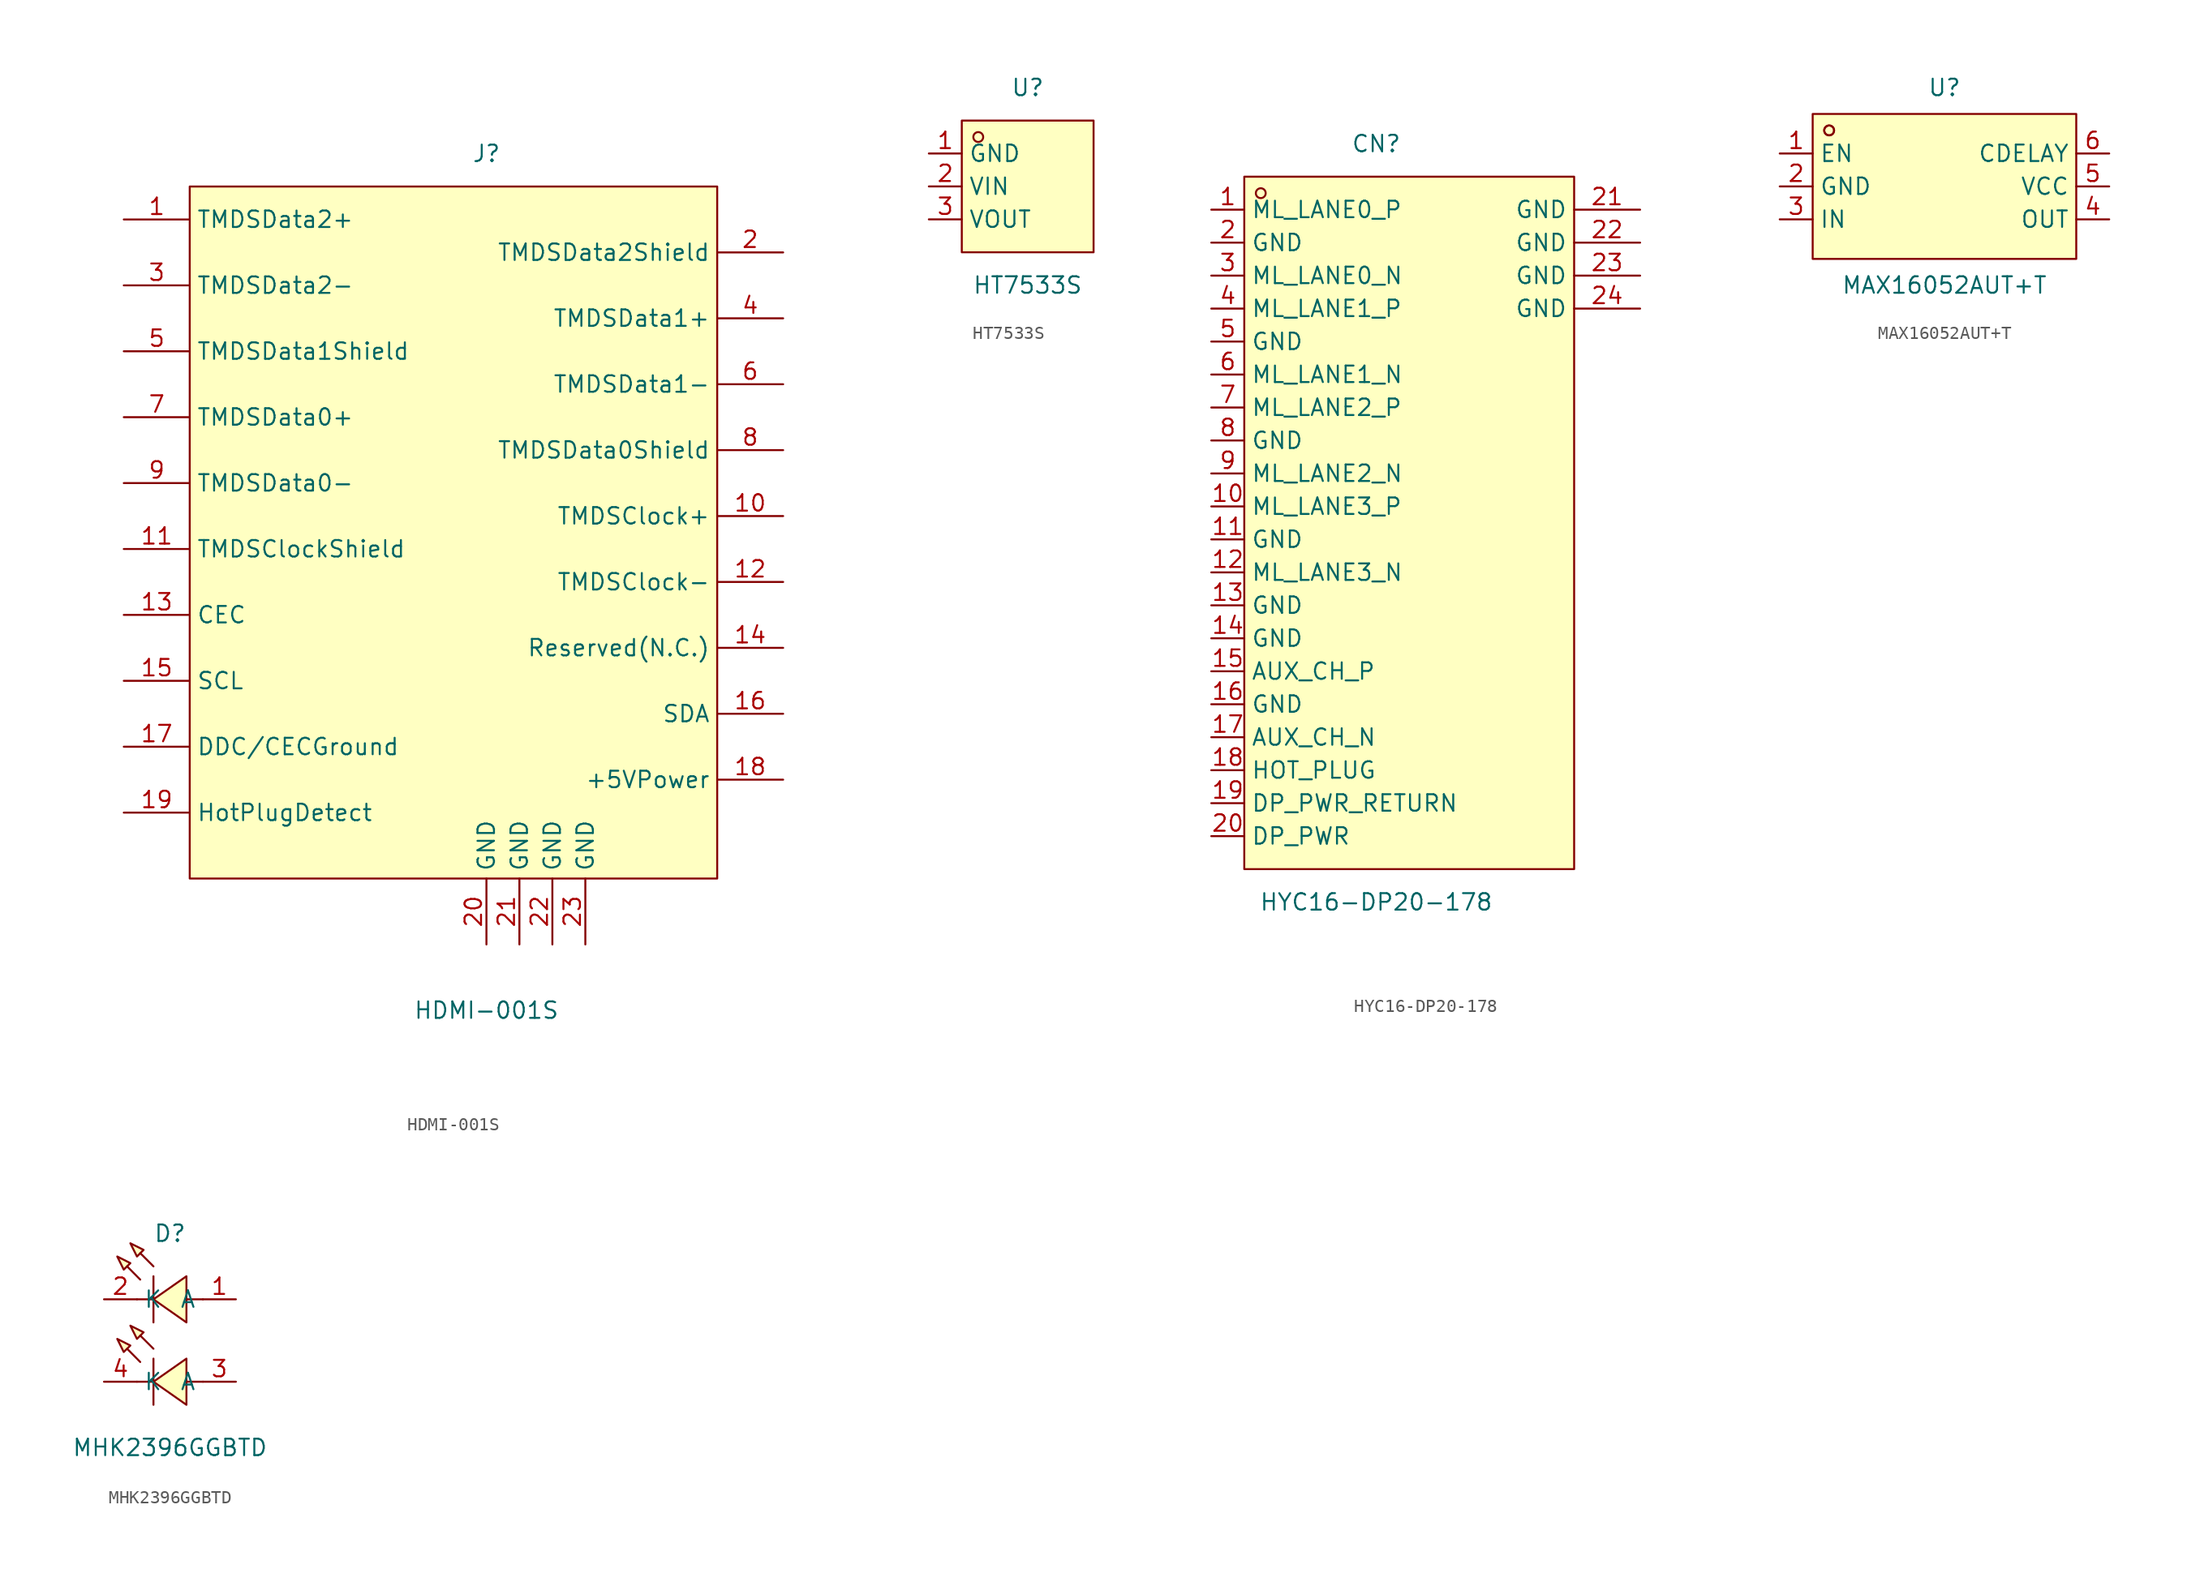
<source format=kicad_sym>
(kicad_symbol_lib
  (version 20241209)
  (generator "kicad_symbol_editor")
  (generator_version "9.0")
  (symbol "HDMI-001S"
    (property "Reference" "J"
      (at 0 26.67 0)
      (effects (font (size 1.27 1.27))))
    (property "Value" "HDMI-001S"
      (at 0 -39.37 0)
      (effects (font (size 1.27 1.27))))
    (symbol "HDMI-001S_0_1"
      (rectangle (start -22.86 24.13) (end 17.78 -29.21) (stroke (width 0) (type default)) (fill (type background)))
      (pin unspecified line (at -27.94 21.59 0) (length 5.08) (name "TMDSData2+" (effects (font (size 1.27 1.27)))) (number "1" (effects (font (size 1.27 1.27)))))
      (pin unspecified line (at -27.94 16.51 0) (length 5.08) (name "TMDSData2-" (effects (font (size 1.27 1.27)))) (number "3" (effects (font (size 1.27 1.27)))))
      (pin unspecified line (at -27.94 11.43 0) (length 5.08) (name "TMDSData1Shield" (effects (font (size 1.27 1.27)))) (number "5" (effects (font (size 1.27 1.27)))))
      (pin unspecified line (at -27.94 6.35 0) (length 5.08) (name "TMDSData0+" (effects (font (size 1.27 1.27)))) (number "7" (effects (font (size 1.27 1.27)))))
      (pin unspecified line (at -27.94 1.27 0) (length 5.08) (name "TMDSData0-" (effects (font (size 1.27 1.27)))) (number "9" (effects (font (size 1.27 1.27)))))
      (pin unspecified line (at -27.94 -3.81 0) (length 5.08) (name "TMDSClockShield" (effects (font (size 1.27 1.27)))) (number "11" (effects (font (size 1.27 1.27)))))
      (pin unspecified line (at -27.94 -8.89 0) (length 5.08) (name "CEC" (effects (font (size 1.27 1.27)))) (number "13" (effects (font (size 1.27 1.27)))))
      (pin unspecified line (at -27.94 -13.97 0) (length 5.08) (name "SCL" (effects (font (size 1.27 1.27)))) (number "15" (effects (font (size 1.27 1.27)))))
      (pin unspecified line (at -27.94 -19.05 0) (length 5.08) (name "DDC/CECGround" (effects (font (size 1.27 1.27)))) (number "17" (effects (font (size 1.27 1.27)))))
      (pin unspecified line (at -27.94 -24.13 0) (length 5.08) (name "HotPlugDetect" (effects (font (size 1.27 1.27)))) (number "19" (effects (font (size 1.27 1.27)))))
      (pin unspecified line (at 0 -34.29 90) (length 5.08) (name "GND" (effects (font (size 1.27 1.27)))) (number "20" (effects (font (size 1.27 1.27)))))
      (pin unspecified line (at 2.54 -34.29 90) (length 5.08) (name "GND" (effects (font (size 1.27 1.27)))) (number "21" (effects (font (size 1.27 1.27)))))
      (pin unspecified line (at 5.08 -34.29 90) (length 5.08) (name "GND" (effects (font (size 1.27 1.27)))) (number "22" (effects (font (size 1.27 1.27)))))
      (pin unspecified line (at 7.62 -34.29 90) (length 5.08) (name "GND" (effects (font (size 1.27 1.27)))) (number "23" (effects (font (size 1.27 1.27)))))
      (pin unspecified line (at 22.86 19.05 180) (length 5.08) (name "TMDSData2Shield" (effects (font (size 1.27 1.27)))) (number "2" (effects (font (size 1.27 1.27)))))
      (pin unspecified line (at 22.86 13.97 180) (length 5.08) (name "TMDSData1+" (effects (font (size 1.27 1.27)))) (number "4" (effects (font (size 1.27 1.27)))))
      (pin unspecified line (at 22.86 8.89 180) (length 5.08) (name "TMDSData1-" (effects (font (size 1.27 1.27)))) (number "6" (effects (font (size 1.27 1.27)))))
      (pin unspecified line (at 22.86 3.81 180) (length 5.08) (name "TMDSData0Shield" (effects (font (size 1.27 1.27)))) (number "8" (effects (font (size 1.27 1.27)))))
      (pin unspecified line (at 22.86 -1.27 180) (length 5.08) (name "TMDSClock+" (effects (font (size 1.27 1.27)))) (number "10" (effects (font (size 1.27 1.27)))))
      (pin unspecified line (at 22.86 -6.35 180) (length 5.08) (name "TMDSClock-" (effects (font (size 1.27 1.27)))) (number "12" (effects (font (size 1.27 1.27)))))
      (pin unspecified line (at 22.86 -11.43 180) (length 5.08) (name "Reserved(N.C.)" (effects (font (size 1.27 1.27)))) (number "14" (effects (font (size 1.27 1.27)))))
      (pin unspecified line (at 22.86 -16.51 180) (length 5.08) (name "SDA" (effects (font (size 1.27 1.27)))) (number "16" (effects (font (size 1.27 1.27)))))
      (pin unspecified line (at 22.86 -21.59 180) (length 5.08) (name "+5VPower" (effects (font (size 1.27 1.27)))) (number "18" (effects (font (size 1.27 1.27)))))))
  (symbol "HT7533S"
    (property "Reference" "U"
      (at 0 7.62 0)
      (effects (font (size 1.27 1.27))))
    (property "Value" "HT7533S"
      (at 0 -7.62 0)
      (effects (font (size 1.27 1.27))))
    (symbol "HT7533S_0_1"
      (rectangle (start -5.08 5.08) (end 5.08 -5.08) (stroke (width 0) (type default)) (fill (type background)))
      (circle (center -3.81 3.81) (radius 0.38) (stroke (width 0) (type default)) (fill (type none)))
      (pin unspecified line (at -7.62 2.54 0) (length 2.54) (name "GND" (effects (font (size 1.27 1.27)))) (number "1" (effects (font (size 1.27 1.27)))))
      (pin unspecified line (at -7.62 0 0) (length 2.54) (name "VIN" (effects (font (size 1.27 1.27)))) (number "2" (effects (font (size 1.27 1.27)))))
      (pin unspecified line (at -7.62 -2.54 0) (length 2.54) (name "VOUT" (effects (font (size 1.27 1.27)))) (number "3" (effects (font (size 1.27 1.27)))))))
  (symbol "HYC16-DP20-178"
    (property "Reference" "CN"
      (at 0 30.48 0)
      (effects (font (size 1.27 1.27))))
    (property "Value" "HYC16-DP20-178"
      (at 0 -27.94 0)
      (effects (font (size 1.27 1.27))))
    (symbol "HYC16-DP20-178_0_1"
      (rectangle (start -10.16 27.94) (end 15.24 -25.4) (stroke (width 0) (type default)) (fill (type background)))
      (circle (center -8.89 26.67) (radius 0.38) (stroke (width 0) (type default)) (fill (type none)))
      (pin unspecified line (at -12.7 25.4 0) (length 2.54) (name "ML_LANE0_P" (effects (font (size 1.27 1.27)))) (number "1" (effects (font (size 1.27 1.27)))))
      (pin unspecified line (at -12.7 22.86 0) (length 2.54) (name "GND" (effects (font (size 1.27 1.27)))) (number "2" (effects (font (size 1.27 1.27)))))
      (pin unspecified line (at -12.7 20.32 0) (length 2.54) (name "ML_LANE0_N" (effects (font (size 1.27 1.27)))) (number "3" (effects (font (size 1.27 1.27)))))
      (pin unspecified line (at -12.7 17.78 0) (length 2.54) (name "ML_LANE1_P" (effects (font (size 1.27 1.27)))) (number "4" (effects (font (size 1.27 1.27)))))
      (pin unspecified line (at -12.7 15.24 0) (length 2.54) (name "GND" (effects (font (size 1.27 1.27)))) (number "5" (effects (font (size 1.27 1.27)))))
      (pin unspecified line (at -12.7 12.7 0) (length 2.54) (name "ML_LANE1_N" (effects (font (size 1.27 1.27)))) (number "6" (effects (font (size 1.27 1.27)))))
      (pin unspecified line (at -12.7 10.16 0) (length 2.54) (name "ML_LANE2_P" (effects (font (size 1.27 1.27)))) (number "7" (effects (font (size 1.27 1.27)))))
      (pin unspecified line (at -12.7 7.62 0) (length 2.54) (name "GND" (effects (font (size 1.27 1.27)))) (number "8" (effects (font (size 1.27 1.27)))))
      (pin unspecified line (at -12.7 5.08 0) (length 2.54) (name "ML_LANE2_N" (effects (font (size 1.27 1.27)))) (number "9" (effects (font (size 1.27 1.27)))))
      (pin unspecified line (at -12.7 2.54 0) (length 2.54) (name "ML_LANE3_P" (effects (font (size 1.27 1.27)))) (number "10" (effects (font (size 1.27 1.27)))))
      (pin unspecified line (at -12.7 0 0) (length 2.54) (name "GND" (effects (font (size 1.27 1.27)))) (number "11" (effects (font (size 1.27 1.27)))))
      (pin unspecified line (at -12.7 -2.54 0) (length 2.54) (name "ML_LANE3_N" (effects (font (size 1.27 1.27)))) (number "12" (effects (font (size 1.27 1.27)))))
      (pin unspecified line (at -12.7 -5.08 0) (length 2.54) (name "GND" (effects (font (size 1.27 1.27)))) (number "13" (effects (font (size 1.27 1.27)))))
      (pin unspecified line (at -12.7 -7.62 0) (length 2.54) (name "GND" (effects (font (size 1.27 1.27)))) (number "14" (effects (font (size 1.27 1.27)))))
      (pin unspecified line (at -12.7 -10.16 0) (length 2.54) (name "AUX_CH_P" (effects (font (size 1.27 1.27)))) (number "15" (effects (font (size 1.27 1.27)))))
      (pin unspecified line (at -12.7 -12.7 0) (length 2.54) (name "GND" (effects (font (size 1.27 1.27)))) (number "16" (effects (font (size 1.27 1.27)))))
      (pin unspecified line (at -12.7 -15.24 0) (length 2.54) (name "AUX_CH_N" (effects (font (size 1.27 1.27)))) (number "17" (effects (font (size 1.27 1.27)))))
      (pin unspecified line (at -12.7 -17.78 0) (length 2.54) (name "HOT_PLUG" (effects (font (size 1.27 1.27)))) (number "18" (effects (font (size 1.27 1.27)))))
      (pin unspecified line (at -12.7 -20.32 0) (length 2.54) (name "DP_PWR_RETURN" (effects (font (size 1.27 1.27)))) (number "19" (effects (font (size 1.27 1.27)))))
      (pin unspecified line (at -12.7 -22.86 0) (length 2.54) (name "DP_PWR" (effects (font (size 1.27 1.27)))) (number "20" (effects (font (size 1.27 1.27)))))
      (pin unspecified line (at 20.32 25.4 180) (length 5.08) (name "GND" (effects (font (size 1.27 1.27)))) (number "21" (effects (font (size 1.27 1.27)))))
      (pin unspecified line (at 20.32 22.86 180) (length 5.08) (name "GND" (effects (font (size 1.27 1.27)))) (number "22" (effects (font (size 1.27 1.27)))))
      (pin unspecified line (at 20.32 20.32 180) (length 5.08) (name "GND" (effects (font (size 1.27 1.27)))) (number "23" (effects (font (size 1.27 1.27)))))
      (pin unspecified line (at 20.32 17.78 180) (length 5.08) (name "GND" (effects (font (size 1.27 1.27)))) (number "24" (effects (font (size 1.27 1.27)))))))
  (symbol "MAX16052AUT+T"
    (property "Reference" "U"
      (at 0 7.62 0)
      (effects (font (size 1.27 1.27))))
    (property "Value" "MAX16052AUT+T"
      (at 0 -7.62 0)
      (effects (font (size 1.27 1.27))))
    (symbol "MAX16052AUT+T_0_1"
      (rectangle (start -10.16 5.59) (end 10.16 -5.59) (stroke (width 0) (type default)) (fill (type background)))
      (circle (center -8.89 4.32) (radius 0.38) (stroke (width 0) (type default)) (fill (type none)))
      (circle (center -8.89 4.32) (radius 0.38) (stroke (width 0) (type default)) (fill (type none)))
      (pin unspecified line (at -12.7 2.54 0) (length 2.54) (name "EN" (effects (font (size 1.27 1.27)))) (number "1" (effects (font (size 1.27 1.27)))))
      (pin unspecified line (at -12.7 0 0) (length 2.54) (name "GND" (effects (font (size 1.27 1.27)))) (number "2" (effects (font (size 1.27 1.27)))))
      (pin unspecified line (at -12.7 -2.54 0) (length 2.54) (name "IN" (effects (font (size 1.27 1.27)))) (number "3" (effects (font (size 1.27 1.27)))))
      (pin unspecified line (at 12.7 2.54 180) (length 2.54) (name "CDELAY" (effects (font (size 1.27 1.27)))) (number "6" (effects (font (size 1.27 1.27)))))
      (pin unspecified line (at 12.7 0 180) (length 2.54) (name "VCC" (effects (font (size 1.27 1.27)))) (number "5" (effects (font (size 1.27 1.27)))))
      (pin unspecified line (at 12.7 -2.54 180) (length 2.54) (name "OUT" (effects (font (size 1.27 1.27)))) (number "4" (effects (font (size 1.27 1.27)))))))
  (symbol "MHK2396GGBTD"
    (property "Reference" "D"
      (at 0 7.62 0)
      (effects (font (size 1.27 1.27))))
    (property "Value" "MHK2396GGBTD"
      (at 0 -8.89 0)
      (effects (font (size 1.27 1.27))))
    (symbol "MHK2396GGBTD_0_1"
      (polyline (pts (xy -4.06 5.84) (xy -3.05 5.33) (xy -3.56 4.83) (xy -4.06 5.84)) (stroke (width 0) (type default)) (fill (type background)))
      (polyline (pts (xy -4.06 -0.51) (xy -3.05 -1.02) (xy -3.56 -1.52) (xy -4.06 -0.51)) (stroke (width 0) (type default)) (fill (type background)))
      (polyline (pts (xy -3.05 6.86) (xy -2.03 6.35) (xy -2.54 5.84) (xy -3.05 6.86)) (stroke (width 0) (type default)) (fill (type background)))
      (polyline (pts (xy -3.05 0.51) (xy -2.03 0) (xy -2.54 -0.51) (xy -3.05 0.51)) (stroke (width 0) (type default)) (fill (type background)))
      (polyline (pts (xy -2.29 4.06) (xy -3.3 5.08) (xy -2.29 4.06)) (stroke (width 0) (type default)) (fill (type background)))
      (polyline (pts (xy -2.29 -2.29) (xy -3.3 -1.27) (xy -2.29 -2.29)) (stroke (width 0) (type default)) (fill (type background)))
      (polyline (pts (xy -1.27 5.08) (xy -2.29 6.1) (xy -1.27 5.08)) (stroke (width 0) (type default)) (fill (type background)))
      (polyline (pts (xy -1.27 4.32) (xy -1.27 0.76)) (stroke (width 0) (type default)) (fill (type none)))
      (polyline (pts (xy -1.27 2.54) (xy -2.54 2.54)) (stroke (width 0) (type default)) (fill (type none)))
      (polyline (pts (xy -1.27 -1.27) (xy -2.29 -0.25) (xy -1.27 -1.27)) (stroke (width 0) (type default)) (fill (type background)))
      (polyline (pts (xy -1.27 -2.03) (xy -1.27 -5.59)) (stroke (width 0) (type default)) (fill (type none)))
      (polyline (pts (xy -1.27 -3.81) (xy -2.54 -3.81)) (stroke (width 0) (type default)) (fill (type none)))
      (polyline (pts (xy 1.27 4.32) (xy -1.27 2.54) (xy 1.27 0.76) (xy 1.27 4.32)) (stroke (width 0) (type default)) (fill (type background)))
      (polyline (pts (xy 1.27 -2.03) (xy -1.27 -3.81) (xy 1.27 -5.59) (xy 1.27 -2.03)) (stroke (width 0) (type default)) (fill (type background)))
      (polyline (pts (xy 2.54 2.54) (xy 1.27 2.54)) (stroke (width 0) (type default)) (fill (type none)))
      (polyline (pts (xy 2.54 -3.81) (xy 1.27 -3.81)) (stroke (width 0) (type default)) (fill (type none)))
      (pin unspecified line (at -5.08 2.54 0) (length 2.54) (name "K" (effects (font (size 1.27 1.27)))) (number "2" (effects (font (size 1.27 1.27)))))
      (pin unspecified line (at -5.08 -3.81 0) (length 2.54) (name "K" (effects (font (size 1.27 1.27)))) (number "4" (effects (font (size 1.27 1.27)))))
      (pin unspecified line (at 5.08 2.54 180) (length 2.54) (name "A" (effects (font (size 1.27 1.27)))) (number "1" (effects (font (size 1.27 1.27)))))
      (pin unspecified line (at 5.08 -3.81 180) (length 2.54) (name "A" (effects (font (size 1.27 1.27)))) (number "3" (effects (font (size 1.27 1.27))))))))
</source>
